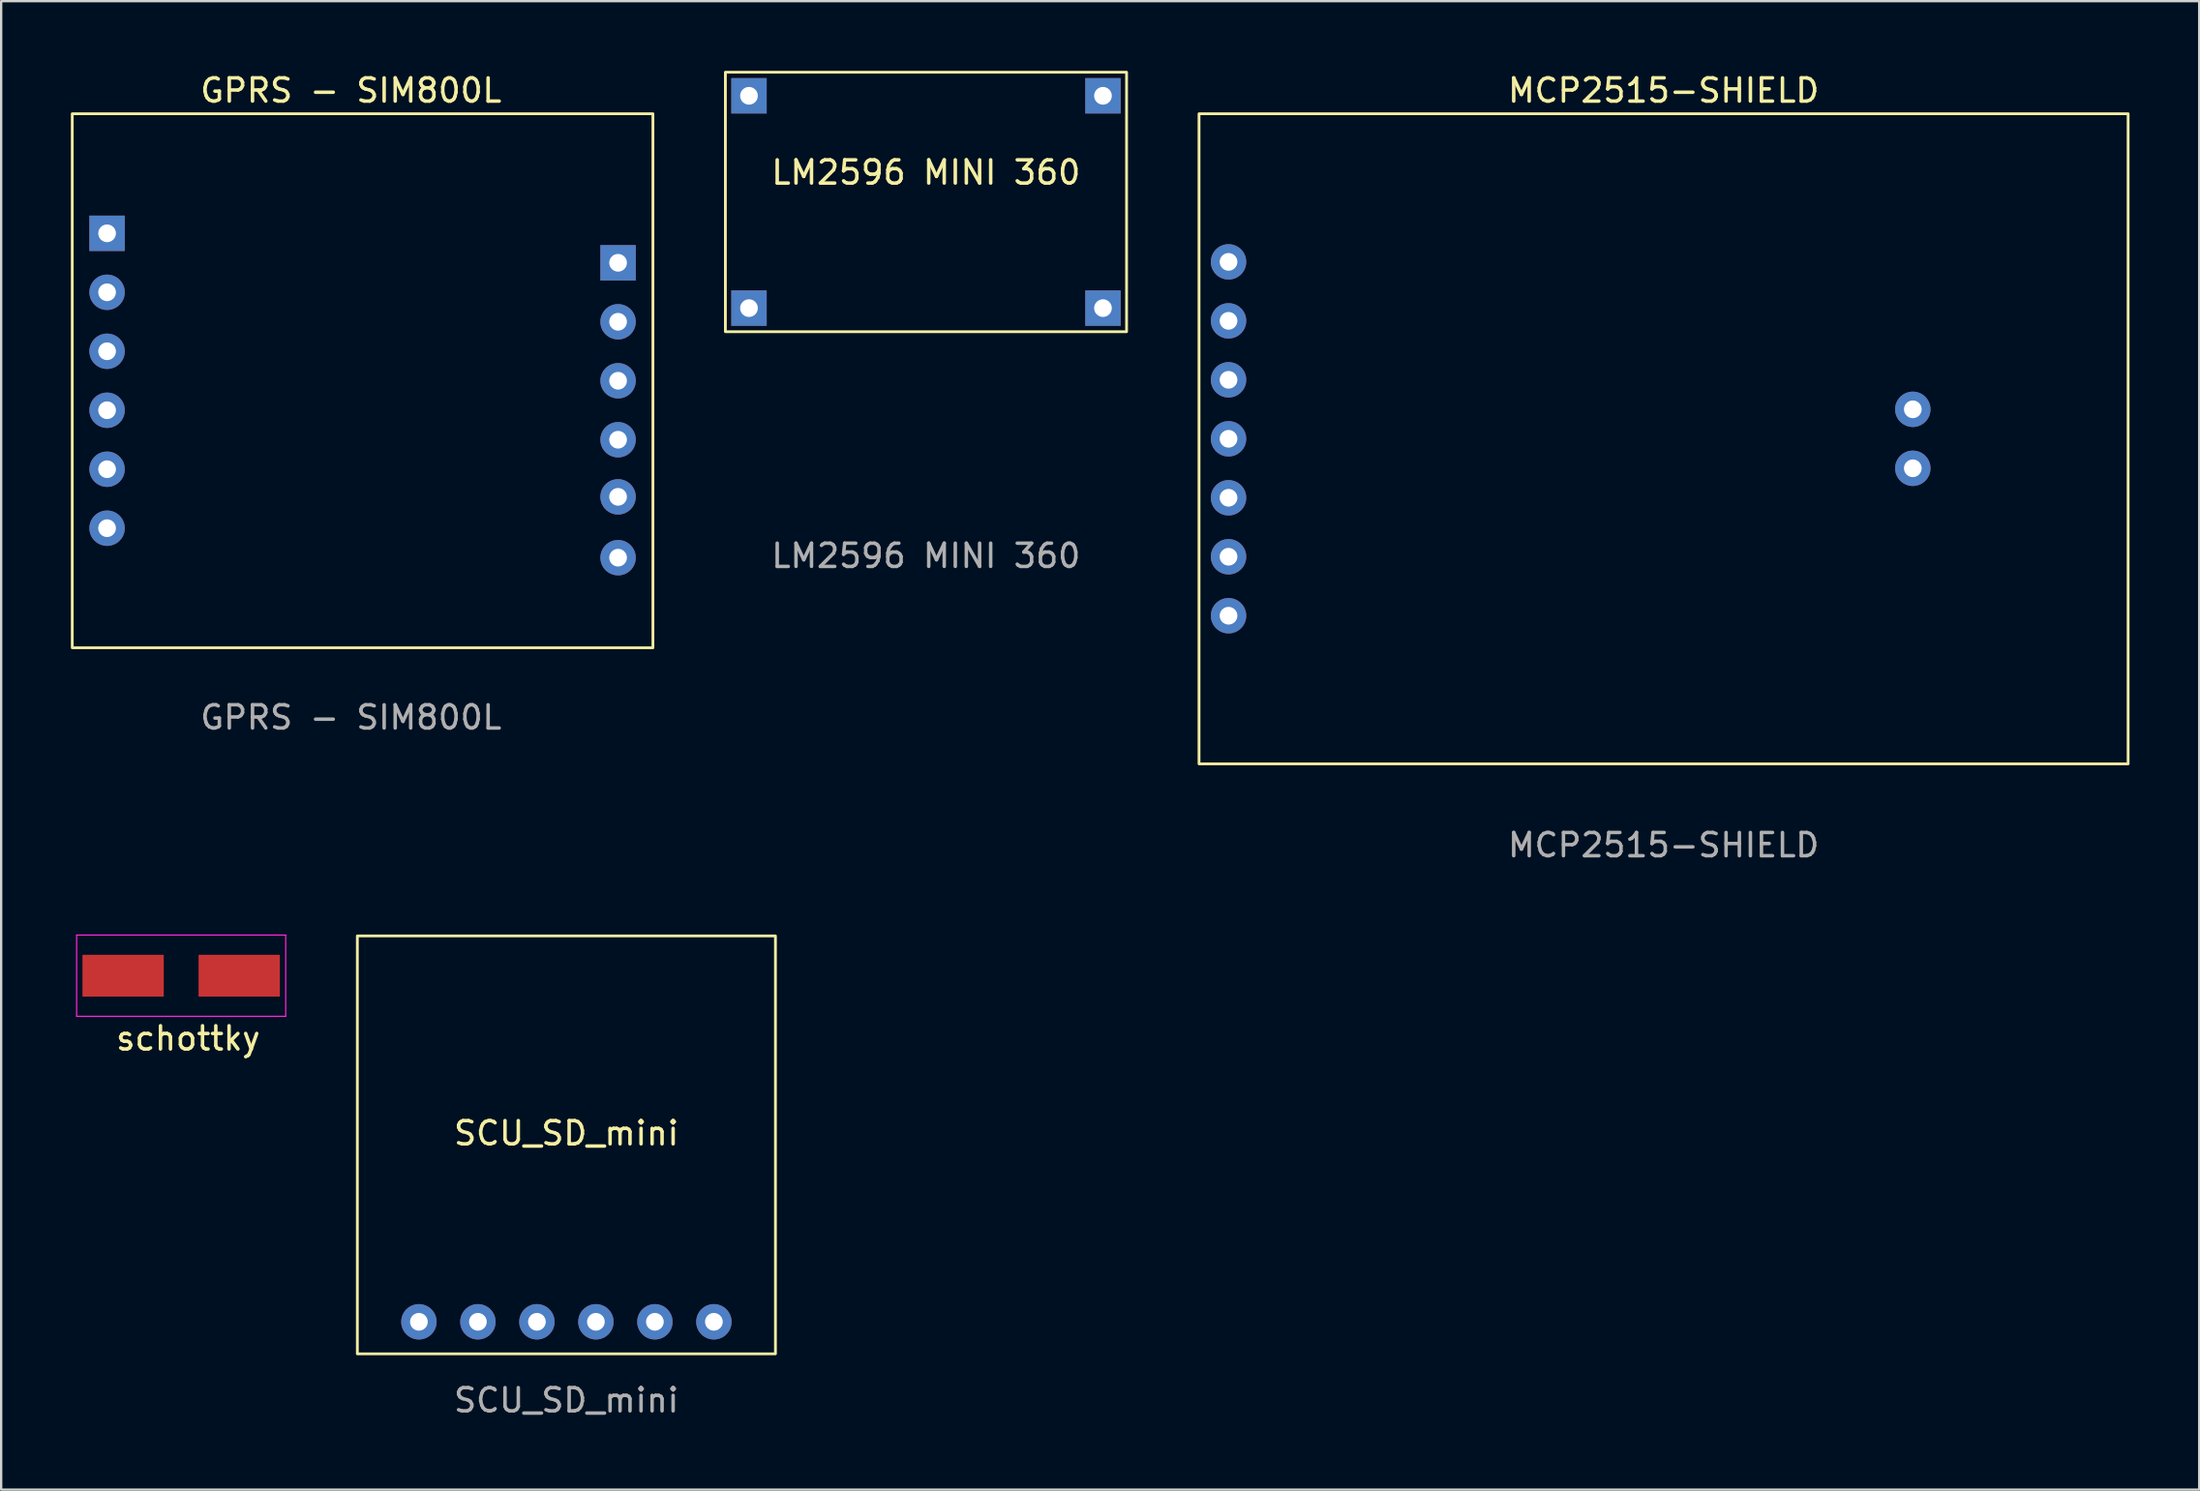
<source format=kicad_pcb>
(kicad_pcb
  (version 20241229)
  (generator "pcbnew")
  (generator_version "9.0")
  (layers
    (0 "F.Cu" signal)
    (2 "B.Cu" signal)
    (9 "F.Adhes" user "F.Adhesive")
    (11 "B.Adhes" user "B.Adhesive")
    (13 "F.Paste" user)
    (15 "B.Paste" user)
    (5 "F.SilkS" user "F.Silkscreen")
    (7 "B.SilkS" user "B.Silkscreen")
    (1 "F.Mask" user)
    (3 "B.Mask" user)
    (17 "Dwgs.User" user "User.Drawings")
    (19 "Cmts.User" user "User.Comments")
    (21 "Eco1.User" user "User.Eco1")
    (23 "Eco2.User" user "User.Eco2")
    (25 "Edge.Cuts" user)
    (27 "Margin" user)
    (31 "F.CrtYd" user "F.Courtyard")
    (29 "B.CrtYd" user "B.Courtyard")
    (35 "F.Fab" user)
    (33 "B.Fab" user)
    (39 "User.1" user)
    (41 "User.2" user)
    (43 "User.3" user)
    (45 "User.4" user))
  (footprint "MCP2515-SHIELD"
    (layer "F.Cu")
    (at 68.572 15.848)
    (property "Reference" "MCP2515-SHIELD" (at 0 -15 0) (unlocked yes) (layer "F.SilkS") (effects (font (size 1 1) (thickness 0.15))))
    (attr through_hole)
    (fp_rect (start -20 -14) (end 20 14) (stroke (width 0.12) (type solid)) (fill no) (layer "F.SilkS"))
    (fp_text user "${REFERENCE}" (at 0 17.5 0) (unlocked yes) (layer "F.Fab") (effects (font (size 1 1) (thickness 0.15))))
    (pad "1" thru_hole circle (at -18.73 -7.62) (size 1.524 1.524) (drill oval 0.762) (layers "*.Cu" "*.Mask"))
    (pad "2" thru_hole circle (at -18.73 -5.08) (size 1.524 1.524) (drill 0.762) (layers "*.Cu" "*.Mask"))
    (pad "3" thru_hole circle (at -18.73 -2.54) (size 1.524 1.524) (drill 0.762) (layers "*.Cu" "*.Mask"))
    (pad "4" thru_hole circle (at -18.73 0) (size 1.524 1.524) (drill 0.762) (layers "*.Cu" "*.Mask"))
    (pad "5" thru_hole circle (at -18.73 2.54) (size 1.524 1.524) (drill 0.762) (layers "*.Cu" "*.Mask"))
    (pad "6" thru_hole circle (at -18.73 5.08) (size 1.524 1.524) (drill 0.762) (layers "*.Cu" "*.Mask"))
    (pad "7" thru_hole circle (at -18.73 7.62) (size 1.524 1.524) (drill 0.762) (layers "*.Cu" "*.Mask"))
    (pad "8" thru_hole circle (at 10.73 -1.27) (size 1.524 1.524) (drill oval 0.762) (layers "*.Cu" "*.Mask"))
    (pad "9" thru_hole circle (at 10.73 1.27) (size 1.524 1.524) (drill oval 0.762) (layers "*.Cu" "*.Mask")))
  (footprint "schottky"
    (layer "F.Cu")
    (at 0.25 40.721)
    (property "Reference" "schottky" (at 4.8 0.95 0) (layer "F.SilkS") (effects (font (size 1 1) (thickness 0.15))))
    (attr through_hole)
    (fp_line (start 0 -3.5) (end 9 -3.5) (stroke (width 0.05) (type solid)) (layer "F.CrtYd"))
    (fp_line (start 0 0) (end 0 -3.5) (stroke (width 0.05) (type solid)) (layer "F.CrtYd"))
    (fp_line (start 9 -3.5) (end 9 0) (stroke (width 0.05) (type solid)) (layer "F.CrtYd"))
    (fp_line (start 9 0) (end 0 0) (stroke (width 0.05) (type solid)) (layer "F.CrtYd"))
    (pad "1" smd rect (at 2 -1.75) (size 3.5 1.8) (layers "F.Cu" "F.Mask" "F.Paste"))
    (pad "2" smd rect (at 7 -1.75) (size 3.5 1.8) (layers "F.Cu" "F.Mask" "F.Paste")))
  (footprint "LM2596 MINI 360"
    (layer "F.Cu")
    (at 36.816 5.648)
    (property "Reference" "LM2596 MINI 360" (at 0 -1.27 0) (unlocked yes) (layer "F.SilkS") (effects (font (size 1 1) (thickness 0.15))))
    (attr through_hole)
    (fp_rect (start -8.636 -5.588) (end 8.636 5.588) (stroke (width 0.12) (type solid)) (fill no) (layer "F.SilkS"))
    (fp_text user "${REFERENCE}" (at 0 15.24 0) (unlocked yes) (layer "F.Fab") (effects (font (size 1 1) (thickness 0.15))))
    (pad "1" thru_hole rect (at 7.62 4.572) (size 1.524 1.524) (drill 0.762) (layers "*.Cu" "*.Mask"))
    (pad "2" thru_hole rect (at 7.62 -4.572) (size 1.524 1.524) (drill 0.762) (layers "*.Cu" "*.Mask"))
    (pad "3" thru_hole rect (at -7.62 4.572) (size 1.524 1.524) (drill 0.762) (layers "*.Cu" "*.Mask"))
    (pad "4" thru_hole rect (at -7.62 -4.572) (size 1.524 1.524) (drill 0.762) (layers "*.Cu" "*.Mask")))
  (footprint "GPRS - SIM800L"
    (layer "F.Cu")
    (at 12.06 12.848)
    (property "Reference" "GPRS - SIM800L" (at 0 -12 0) (unlocked yes) (layer "F.SilkS") (effects (font (size 1 1) (thickness 0.15))))
    (attr through_hole)
    (fp_rect (start -12 -11) (end 13 12) (stroke (width 0.12) (type solid)) (fill no) (layer "F.SilkS"))
    (fp_text user "${REFERENCE}" (at 0 15 0) (unlocked yes) (layer "F.Fab") (effects (font (size 1 1) (thickness 0.15))))
    (pad "1" thru_hole rect (at -10.5 -5.85) (size 1.524 1.524) (drill 0.762) (layers "*.Cu" "*.Mask"))
    (pad "2" thru_hole circle (at -10.5 -3.31) (size 1.524 1.524) (drill 0.762) (layers "*.Cu" "*.Mask"))
    (pad "3" thru_hole circle (at -10.5 -0.77) (size 1.524 1.524) (drill 0.762) (layers "*.Cu" "*.Mask"))
    (pad "4" thru_hole circle (at -10.5 1.77) (size 1.524 1.524) (drill 0.762) (layers "*.Cu" "*.Mask"))
    (pad "5" thru_hole circle (at -10.5 4.31) (size 1.524 1.524) (drill 0.762) (layers "*.Cu" "*.Mask"))
    (pad "6" thru_hole circle (at -10.5 6.85) (size 1.524 1.524) (drill 0.762) (layers "*.Cu" "*.Mask"))
    (pad "7" thru_hole circle (at 11.5 8.12) (size 1.524 1.524) (drill 0.762) (layers "*.Cu" "*.Mask"))
    (pad "8" thru_hole circle (at 11.5 5.5) (size 1.524 1.524) (drill 0.762) (layers "*.Cu" "*.Mask"))
    (pad "9" thru_hole circle (at 11.5 3.04) (size 1.524 1.524) (drill 0.762) (layers "*.Cu" "*.Mask"))
    (pad "10" thru_hole circle (at 11.5 0.5) (size 1.524 1.524) (drill 0.762) (layers "*.Cu" "*.Mask"))
    (pad "11" thru_hole circle (at 11.5 -2.04) (size 1.524 1.524) (drill 0.762) (layers "*.Cu" "*.Mask"))
    (pad "12" thru_hole rect (at 11.5 -4.58) (size 1.524 1.524) (drill 0.762) (layers "*.Cu" "*.Mask")))
  (footprint "SCU_SD_mini"
    (layer "F.Cu")
    (at 21.335 46.257)
    (property "Reference" "SCU_SD_mini" (at 0 -0.5 0) (unlocked yes) (layer "F.SilkS") (effects (font (size 1 1) (thickness 0.15))))
    (attr through_hole)
    (fp_rect (start -9 -9) (end 9 9) (stroke (width 0.12) (type solid)) (fill no) (layer "F.SilkS"))
    (fp_text user "${REFERENCE}" (at 0 11 0) (unlocked yes) (layer "F.Fab") (effects (font (size 1 1) (thickness 0.15))))
    (pad "1" thru_hole circle (at 6.35 7.62) (size 1.524 1.524) (drill 0.762) (layers "*.Cu" "*.Mask"))
    (pad "2" thru_hole circle (at 3.81 7.62) (size 1.524 1.524) (drill 0.762) (layers "*.Cu" "*.Mask"))
    (pad "3" thru_hole circle (at 1.27 7.62) (size 1.524 1.524) (drill 0.762) (layers "*.Cu" "*.Mask"))
    (pad "4" thru_hole circle (at -1.27 7.62) (size 1.524 1.524) (drill 0.762) (layers "*.Cu" "*.Mask"))
    (pad "5" thru_hole circle (at -3.81 7.62) (size 1.524 1.524) (drill 0.762) (layers "*.Cu" "*.Mask"))
    (pad "6" thru_hole circle (at -6.35 7.62) (size 1.524 1.524) (drill 0.762) (layers "*.Cu" "*.Mask")))
  (gr_rect
    (start -3 -3)
    (end 91.632 61.105)
    (stroke (width 0.1) (type default))
    (fill no)
    (layer "Edge.Cuts")))
</source>
